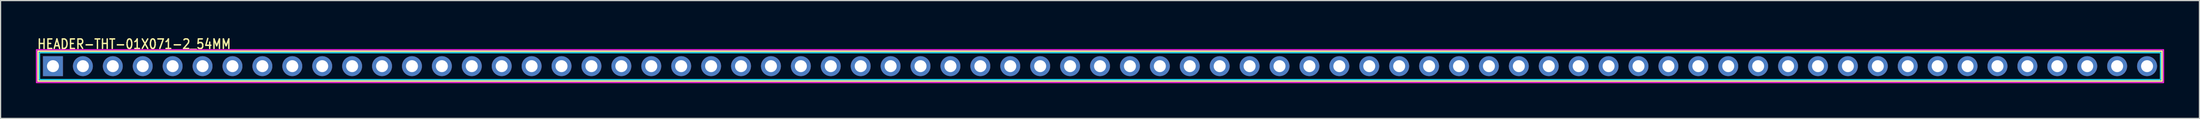
<source format=kicad_pcb>
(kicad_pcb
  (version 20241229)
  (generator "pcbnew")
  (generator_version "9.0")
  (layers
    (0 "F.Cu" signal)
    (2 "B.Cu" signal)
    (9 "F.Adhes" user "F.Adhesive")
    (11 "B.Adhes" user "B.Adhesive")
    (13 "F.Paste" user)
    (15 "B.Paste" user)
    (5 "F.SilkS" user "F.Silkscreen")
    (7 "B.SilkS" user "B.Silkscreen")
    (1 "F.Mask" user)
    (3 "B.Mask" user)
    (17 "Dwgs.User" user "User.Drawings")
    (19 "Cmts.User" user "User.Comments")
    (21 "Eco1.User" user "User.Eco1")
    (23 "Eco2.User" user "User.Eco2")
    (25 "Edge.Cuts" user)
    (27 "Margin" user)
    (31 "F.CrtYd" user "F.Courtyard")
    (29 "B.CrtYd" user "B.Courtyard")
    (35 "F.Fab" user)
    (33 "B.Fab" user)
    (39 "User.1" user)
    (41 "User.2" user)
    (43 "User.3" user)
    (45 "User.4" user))
  (footprint "HEADER-THT-01X071-2_54MM"
    (layer "F.Cu")
    (at 1.447 2.579)
    (property "Reference" "HEADER-THT-01X071-2_54MM" (at -1.4 -1.4 0) (unlocked yes) (layer "F.SilkS") (effects (font (size 0.813 0.695) (thickness 0.122)) (justify left bottom)))
    (fp_line (start -1.27 -1.27) (end -1.27 1.27) (stroke (width 0.127) (type solid)) (layer "F.SilkS"))
    (fp_line (start -1.27 1.27) (end 179.07 1.27) (stroke (width 0.127) (type solid)) (layer "F.SilkS"))
    (fp_line (start 179.07 -1.27) (end -1.27 -1.27) (stroke (width 0.127) (type solid)) (layer "F.SilkS"))
    (fp_line (start 179.07 1.27) (end 179.07 -1.27) (stroke (width 0.127) (type solid)) (layer "F.SilkS"))
    (fp_poly (pts (xy -1.143 -1.143) (xy 178.943 -1.143) (xy 178.943 1.143) (xy -1.143 1.143)) (stroke (width 0.1) (type solid)) (fill no) (layer "B.CrtYd"))
    (fp_poly (pts (xy -1.397 -1.397) (xy 179.197 -1.397) (xy 179.197 1.397) (xy -1.397 1.397)) (stroke (width 0.1) (type solid)) (fill no) (layer "F.CrtYd"))
    (pad "1" thru_hole rect (at 0 0) (size 1.693 1.693) (drill 1.016) (layers "*.Cu" "*.Mask"))
    (pad "2" thru_hole oval (at 2.54 0) (size 1.693 1.693) (drill 1.016) (layers "*.Cu" "*.Mask"))
    (pad "3" thru_hole oval (at 5.08 0) (size 1.693 1.693) (drill 1.016) (layers "*.Cu" "*.Mask"))
    (pad "4" thru_hole oval (at 7.62 0) (size 1.693 1.693) (drill 1.016) (layers "*.Cu" "*.Mask"))
    (pad "5" thru_hole oval (at 10.16 0) (size 1.693 1.693) (drill 1.016) (layers "*.Cu" "*.Mask"))
    (pad "6" thru_hole oval (at 12.7 0) (size 1.693 1.693) (drill 1.016) (layers "*.Cu" "*.Mask"))
    (pad "7" thru_hole oval (at 15.24 0) (size 1.693 1.693) (drill 1.016) (layers "*.Cu" "*.Mask"))
    (pad "8" thru_hole oval (at 17.78 0) (size 1.693 1.693) (drill 1.016) (layers "*.Cu" "*.Mask"))
    (pad "9" thru_hole oval (at 20.32 0) (size 1.693 1.693) (drill 1.016) (layers "*.Cu" "*.Mask"))
    (pad "10" thru_hole oval (at 22.86 0) (size 1.693 1.693) (drill 1.016) (layers "*.Cu" "*.Mask"))
    (pad "11" thru_hole oval (at 25.4 0) (size 1.693 1.693) (drill 1.016) (layers "*.Cu" "*.Mask"))
    (pad "12" thru_hole oval (at 27.94 0) (size 1.693 1.693) (drill 1.016) (layers "*.Cu" "*.Mask"))
    (pad "13" thru_hole oval (at 30.48 0) (size 1.693 1.693) (drill 1.016) (layers "*.Cu" "*.Mask"))
    (pad "14" thru_hole oval (at 33.02 0) (size 1.693 1.693) (drill 1.016) (layers "*.Cu" "*.Mask"))
    (pad "15" thru_hole oval (at 35.56 0) (size 1.693 1.693) (drill 1.016) (layers "*.Cu" "*.Mask"))
    (pad "16" thru_hole oval (at 38.1 0) (size 1.693 1.693) (drill 1.016) (layers "*.Cu" "*.Mask"))
    (pad "17" thru_hole oval (at 40.64 0) (size 1.693 1.693) (drill 1.016) (layers "*.Cu" "*.Mask"))
    (pad "18" thru_hole oval (at 43.18 0) (size 1.693 1.693) (drill 1.016) (layers "*.Cu" "*.Mask"))
    (pad "19" thru_hole oval (at 45.72 0) (size 1.693 1.693) (drill 1.016) (layers "*.Cu" "*.Mask"))
    (pad "20" thru_hole oval (at 48.26 0) (size 1.693 1.693) (drill 1.016) (layers "*.Cu" "*.Mask"))
    (pad "21" thru_hole oval (at 50.8 0) (size 1.693 1.693) (drill 1.016) (layers "*.Cu" "*.Mask"))
    (pad "22" thru_hole oval (at 53.34 0) (size 1.693 1.693) (drill 1.016) (layers "*.Cu" "*.Mask"))
    (pad "23" thru_hole oval (at 55.88 0) (size 1.693 1.693) (drill 1.016) (layers "*.Cu" "*.Mask"))
    (pad "24" thru_hole oval (at 58.42 0) (size 1.693 1.693) (drill 1.016) (layers "*.Cu" "*.Mask"))
    (pad "25" thru_hole oval (at 60.96 0) (size 1.693 1.693) (drill 1.016) (layers "*.Cu" "*.Mask"))
    (pad "26" thru_hole oval (at 63.5 0) (size 1.693 1.693) (drill 1.016) (layers "*.Cu" "*.Mask"))
    (pad "27" thru_hole oval (at 66.04 0) (size 1.693 1.693) (drill 1.016) (layers "*.Cu" "*.Mask"))
    (pad "28" thru_hole oval (at 68.58 0) (size 1.693 1.693) (drill 1.016) (layers "*.Cu" "*.Mask"))
    (pad "29" thru_hole oval (at 71.12 0) (size 1.693 1.693) (drill 1.016) (layers "*.Cu" "*.Mask"))
    (pad "30" thru_hole oval (at 73.66 0) (size 1.693 1.693) (drill 1.016) (layers "*.Cu" "*.Mask"))
    (pad "31" thru_hole oval (at 76.2 0) (size 1.693 1.693) (drill 1.016) (layers "*.Cu" "*.Mask"))
    (pad "32" thru_hole oval (at 78.74 0) (size 1.693 1.693) (drill 1.016) (layers "*.Cu" "*.Mask"))
    (pad "33" thru_hole oval (at 81.28 0) (size 1.693 1.693) (drill 1.016) (layers "*.Cu" "*.Mask"))
    (pad "34" thru_hole oval (at 83.82 0) (size 1.693 1.693) (drill 1.016) (layers "*.Cu" "*.Mask"))
    (pad "35" thru_hole oval (at 86.36 0) (size 1.693 1.693) (drill 1.016) (layers "*.Cu" "*.Mask"))
    (pad "36" thru_hole oval (at 88.9 0) (size 1.693 1.693) (drill 1.016) (layers "*.Cu" "*.Mask"))
    (pad "37" thru_hole oval (at 91.44 0) (size 1.693 1.693) (drill 1.016) (layers "*.Cu" "*.Mask"))
    (pad "38" thru_hole oval (at 93.98 0) (size 1.693 1.693) (drill 1.016) (layers "*.Cu" "*.Mask"))
    (pad "39" thru_hole oval (at 96.52 0) (size 1.693 1.693) (drill 1.016) (layers "*.Cu" "*.Mask"))
    (pad "40" thru_hole oval (at 99.06 0) (size 1.693 1.693) (drill 1.016) (layers "*.Cu" "*.Mask"))
    (pad "41" thru_hole oval (at 101.6 0) (size 1.693 1.693) (drill 1.016) (layers "*.Cu" "*.Mask"))
    (pad "42" thru_hole oval (at 104.14 0) (size 1.693 1.693) (drill 1.016) (layers "*.Cu" "*.Mask"))
    (pad "43" thru_hole oval (at 106.68 0) (size 1.693 1.693) (drill 1.016) (layers "*.Cu" "*.Mask"))
    (pad "44" thru_hole oval (at 109.22 0) (size 1.693 1.693) (drill 1.016) (layers "*.Cu" "*.Mask"))
    (pad "45" thru_hole oval (at 111.76 0) (size 1.693 1.693) (drill 1.016) (layers "*.Cu" "*.Mask"))
    (pad "46" thru_hole oval (at 114.3 0) (size 1.693 1.693) (drill 1.016) (layers "*.Cu" "*.Mask"))
    (pad "47" thru_hole oval (at 116.84 0) (size 1.693 1.693) (drill 1.016) (layers "*.Cu" "*.Mask"))
    (pad "48" thru_hole oval (at 119.38 0) (size 1.693 1.693) (drill 1.016) (layers "*.Cu" "*.Mask"))
    (pad "49" thru_hole oval (at 121.92 0) (size 1.693 1.693) (drill 1.016) (layers "*.Cu" "*.Mask"))
    (pad "50" thru_hole oval (at 124.46 0) (size 1.693 1.693) (drill 1.016) (layers "*.Cu" "*.Mask"))
    (pad "51" thru_hole oval (at 127 0) (size 1.693 1.693) (drill 1.016) (layers "*.Cu" "*.Mask"))
    (pad "52" thru_hole oval (at 129.54 0) (size 1.693 1.693) (drill 1.016) (layers "*.Cu" "*.Mask"))
    (pad "53" thru_hole oval (at 132.08 0) (size 1.693 1.693) (drill 1.016) (layers "*.Cu" "*.Mask"))
    (pad "54" thru_hole oval (at 134.62 0) (size 1.693 1.693) (drill 1.016) (layers "*.Cu" "*.Mask"))
    (pad "55" thru_hole oval (at 137.16 0) (size 1.693 1.693) (drill 1.016) (layers "*.Cu" "*.Mask"))
    (pad "56" thru_hole oval (at 139.7 0) (size 1.693 1.693) (drill 1.016) (layers "*.Cu" "*.Mask"))
    (pad "57" thru_hole oval (at 142.24 0) (size 1.693 1.693) (drill 1.016) (layers "*.Cu" "*.Mask"))
    (pad "58" thru_hole oval (at 144.78 0) (size 1.693 1.693) (drill 1.016) (layers "*.Cu" "*.Mask"))
    (pad "59" thru_hole oval (at 147.32 0) (size 1.693 1.693) (drill 1.016) (layers "*.Cu" "*.Mask"))
    (pad "60" thru_hole oval (at 149.86 0) (size 1.693 1.693) (drill 1.016) (layers "*.Cu" "*.Mask"))
    (pad "61" thru_hole oval (at 152.4 0) (size 1.693 1.693) (drill 1.016) (layers "*.Cu" "*.Mask"))
    (pad "62" thru_hole oval (at 154.94 0) (size 1.693 1.693) (drill 1.016) (layers "*.Cu" "*.Mask"))
    (pad "63" thru_hole oval (at 157.48 0) (size 1.693 1.693) (drill 1.016) (layers "*.Cu" "*.Mask"))
    (pad "64" thru_hole oval (at 160.02 0) (size 1.693 1.693) (drill 1.016) (layers "*.Cu" "*.Mask"))
    (pad "65" thru_hole oval (at 162.56 0) (size 1.693 1.693) (drill 1.016) (layers "*.Cu" "*.Mask"))
    (pad "66" thru_hole oval (at 165.1 0) (size 1.693 1.693) (drill 1.016) (layers "*.Cu" "*.Mask"))
    (pad "67" thru_hole oval (at 167.64 0) (size 1.693 1.693) (drill 1.016) (layers "*.Cu" "*.Mask"))
    (pad "68" thru_hole oval (at 170.18 0) (size 1.693 1.693) (drill 1.016) (layers "*.Cu" "*.Mask"))
    (pad "69" thru_hole oval (at 172.72 0) (size 1.693 1.693) (drill 1.016) (layers "*.Cu" "*.Mask"))
    (pad "70" thru_hole oval (at 175.26 0) (size 1.693 1.693) (drill 1.016) (layers "*.Cu" "*.Mask"))
    (pad "71" thru_hole oval (at 177.8 0) (size 1.693 1.693) (drill 1.016) (layers "*.Cu" "*.Mask")))
  (gr_rect
    (start -3 -3)
    (end 183.694 7.026)
    (stroke (width 0.1) (type default))
    (fill no)
    (layer "Edge.Cuts")))
</source>
